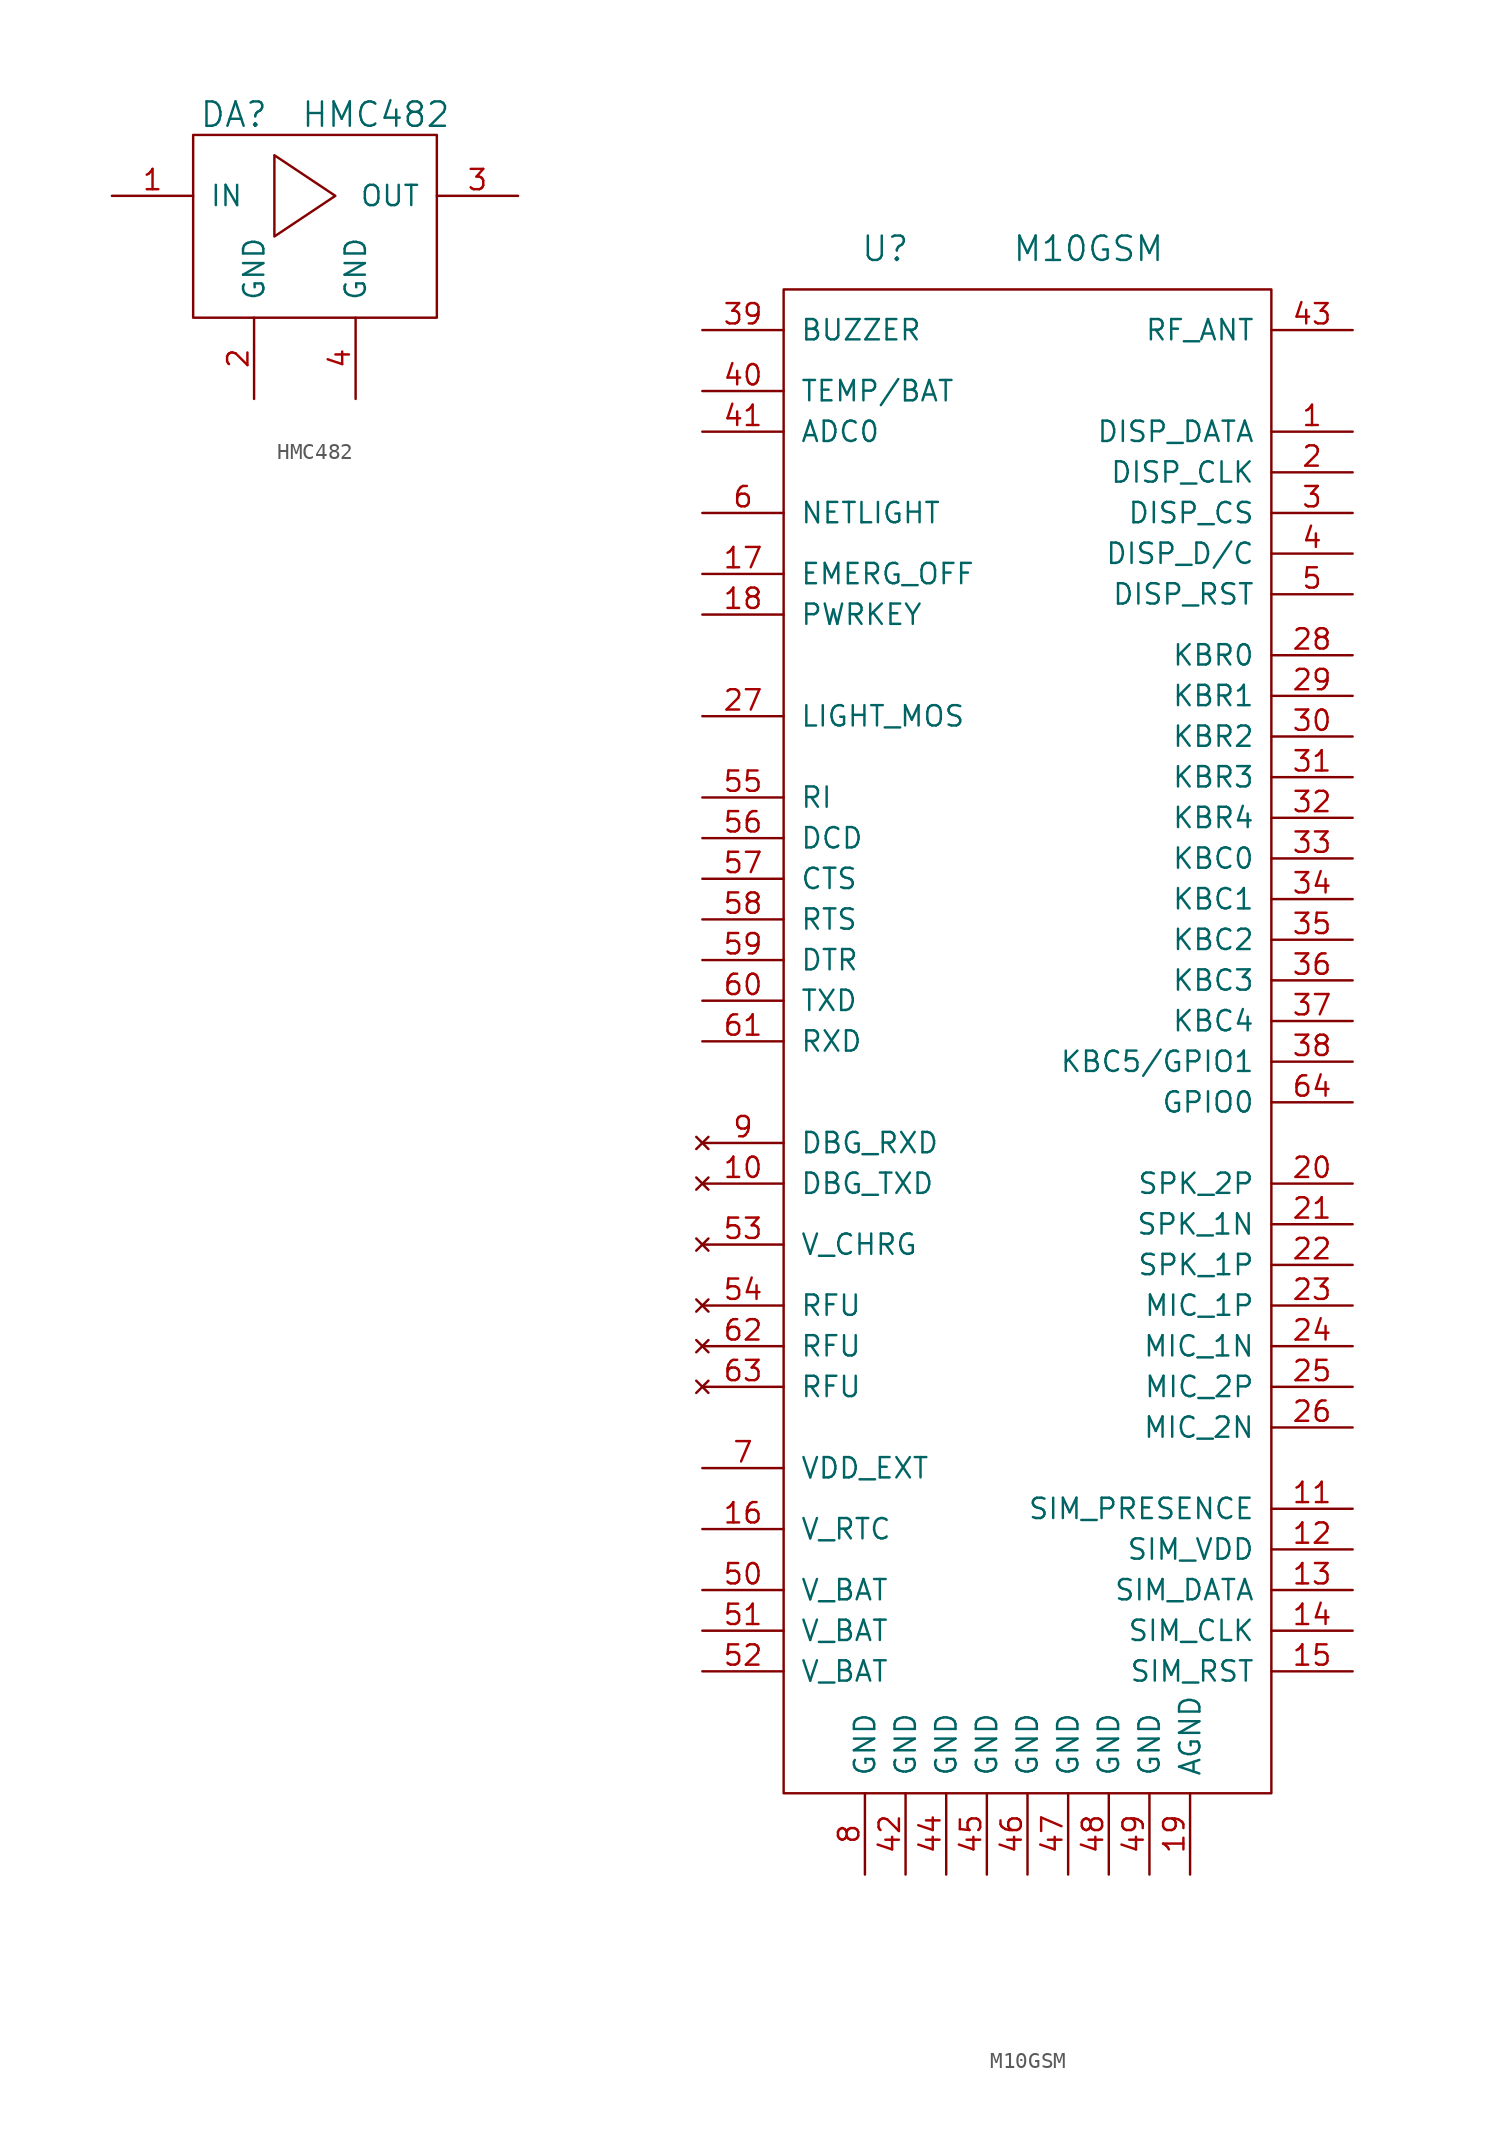
<source format=kicad_sym>
(kicad_symbol_lib
  (version 20211014)
  (generator kicad_symbol_editor)
  (symbol "HMC482"
    (pin_names
      (offset 1.016))
    (property "Reference" "DA"
      (at -2.54 5.08 0)
      (effects (font (size 1.524 1.524))))
    (property "Value" "HMC482"
      (at 6.35 5.08 0)
      (effects (font (size 1.524 1.524))))
    (property "Footprint" ""
      (at 0 0 0)
      (effects (font (size 1.524 1.524))))
    (property "Datasheet" ""
      (at 0 0 0)
      (effects (font (size 1.524 1.524))))
    (symbol "HMC482_0_1"
      (rectangle (start -5.08 -7.62) (end 10.16 3.81) (stroke (width 0) (type default) (color 0 0 0 0)) (fill (type none)))
      (polyline (pts (xy 0 2.54) (xy 0 -2.54) (xy 3.81 0) (xy 0 2.54) (xy 0 2.54)) (stroke (width 0) (type default) (color 0 0 0 0)) (fill (type none))))
    (symbol "HMC482_1_1"
      (pin input line (at -10.16 0 0) (length 5.08) (name "IN" (effects (font (size 1.27 1.27)))) (number "1" (effects (font (size 1.27 1.27)))))
      (pin power_in line (at -1.27 -12.7 90) (length 5.08) (name "GND" (effects (font (size 1.27 1.27)))) (number "2" (effects (font (size 1.27 1.27)))))
      (pin input line (at 15.24 0 180) (length 5.08) (name "OUT" (effects (font (size 1.27 1.27)))) (number "3" (effects (font (size 1.27 1.27)))))
      (pin power_in line (at 5.08 -12.7 90) (length 5.08) (name "GND" (effects (font (size 1.27 1.27)))) (number "4" (effects (font (size 1.27 1.27)))))))
  (symbol "M10GSM"
    (pin_names
      (offset 1.016))
    (property "Reference" "U"
      (at -8.89 48.26 0)
      (effects (font (size 1.524 1.524))))
    (property "Value" "M10GSM"
      (at 3.81 48.26 0)
      (effects (font (size 1.524 1.524))))
    (property "Footprint" ""
      (at 0 0 0)
      (effects (font (size 1.524 1.524))))
    (property "Datasheet" ""
      (at 0 0 0)
      (effects (font (size 1.524 1.524))))
    (symbol "M10GSM_0_1"
      (rectangle (start -15.24 45.72) (end 15.24 -48.26) (stroke (width 0) (type default) (color 0 0 0 0)) (fill (type none))))
    (symbol "M10GSM_1_1"
      (pin passive line (at 20.32 36.83 180) (length 5.08) (name "DISP_DATA" (effects (font (size 1.27 1.27)))) (number "1" (effects (font (size 1.27 1.27)))))
      (pin no_connect line (at -20.32 -10.16 0) (length 5.08) (name "DBG_TXD" (effects (font (size 1.27 1.27)))) (number "10" (effects (font (size 1.27 1.27)))))
      (pin passive line (at 20.32 -30.48 180) (length 5.08) (name "SIM_PRESENCE" (effects (font (size 1.27 1.27)))) (number "11" (effects (font (size 1.27 1.27)))))
      (pin power_out line (at 20.32 -33.02 180) (length 5.08) (name "SIM_VDD" (effects (font (size 1.27 1.27)))) (number "12" (effects (font (size 1.27 1.27)))))
      (pin passive line (at 20.32 -35.56 180) (length 5.08) (name "SIM_DATA" (effects (font (size 1.27 1.27)))) (number "13" (effects (font (size 1.27 1.27)))))
      (pin passive line (at 20.32 -38.1 180) (length 5.08) (name "SIM_CLK" (effects (font (size 1.27 1.27)))) (number "14" (effects (font (size 1.27 1.27)))))
      (pin passive line (at 20.32 -40.64 180) (length 5.08) (name "SIM_RST" (effects (font (size 1.27 1.27)))) (number "15" (effects (font (size 1.27 1.27)))))
      (pin passive line (at -20.32 -31.75 0) (length 5.08) (name "V_RTC" (effects (font (size 1.27 1.27)))) (number "16" (effects (font (size 1.27 1.27)))))
      (pin passive line (at -20.32 27.94 0) (length 5.08) (name "EMERG_OFF" (effects (font (size 1.27 1.27)))) (number "17" (effects (font (size 1.27 1.27)))))
      (pin passive line (at -20.32 25.4 0) (length 5.08) (name "PWRKEY" (effects (font (size 1.27 1.27)))) (number "18" (effects (font (size 1.27 1.27)))))
      (pin power_in line (at 10.16 -53.34 90) (length 5.08) (name "AGND" (effects (font (size 1.27 1.27)))) (number "19" (effects (font (size 1.27 1.27)))))
      (pin passive line (at 20.32 34.29 180) (length 5.08) (name "DISP_CLK" (effects (font (size 1.27 1.27)))) (number "2" (effects (font (size 1.27 1.27)))))
      (pin passive line (at 20.32 -10.16 180) (length 5.08) (name "SPK_2P" (effects (font (size 1.27 1.27)))) (number "20" (effects (font (size 1.27 1.27)))))
      (pin passive line (at 20.32 -12.7 180) (length 5.08) (name "SPK_1N" (effects (font (size 1.27 1.27)))) (number "21" (effects (font (size 1.27 1.27)))))
      (pin passive line (at 20.32 -15.24 180) (length 5.08) (name "SPK_1P" (effects (font (size 1.27 1.27)))) (number "22" (effects (font (size 1.27 1.27)))))
      (pin passive line (at 20.32 -17.78 180) (length 5.08) (name "MIC_1P" (effects (font (size 1.27 1.27)))) (number "23" (effects (font (size 1.27 1.27)))))
      (pin passive line (at 20.32 -20.32 180) (length 5.08) (name "MIC_1N" (effects (font (size 1.27 1.27)))) (number "24" (effects (font (size 1.27 1.27)))))
      (pin passive line (at 20.32 -22.86 180) (length 5.08) (name "MIC_2P" (effects (font (size 1.27 1.27)))) (number "25" (effects (font (size 1.27 1.27)))))
      (pin passive line (at 20.32 -25.4 180) (length 5.08) (name "MIC_2N" (effects (font (size 1.27 1.27)))) (number "26" (effects (font (size 1.27 1.27)))))
      (pin passive line (at -20.32 19.05 0) (length 5.08) (name "LIGHT_MOS" (effects (font (size 1.27 1.27)))) (number "27" (effects (font (size 1.27 1.27)))))
      (pin passive line (at 20.32 22.86 180) (length 5.08) (name "KBR0" (effects (font (size 1.27 1.27)))) (number "28" (effects (font (size 1.27 1.27)))))
      (pin passive line (at 20.32 20.32 180) (length 5.08) (name "KBR1" (effects (font (size 1.27 1.27)))) (number "29" (effects (font (size 1.27 1.27)))))
      (pin passive line (at 20.32 31.75 180) (length 5.08) (name "DISP_CS" (effects (font (size 1.27 1.27)))) (number "3" (effects (font (size 1.27 1.27)))))
      (pin passive line (at 20.32 17.78 180) (length 5.08) (name "KBR2" (effects (font (size 1.27 1.27)))) (number "30" (effects (font (size 1.27 1.27)))))
      (pin passive line (at 20.32 15.24 180) (length 5.08) (name "KBR3" (effects (font (size 1.27 1.27)))) (number "31" (effects (font (size 1.27 1.27)))))
      (pin passive line (at 20.32 12.7 180) (length 5.08) (name "KBR4" (effects (font (size 1.27 1.27)))) (number "32" (effects (font (size 1.27 1.27)))))
      (pin passive line (at 20.32 10.16 180) (length 5.08) (name "KBC0" (effects (font (size 1.27 1.27)))) (number "33" (effects (font (size 1.27 1.27)))))
      (pin passive line (at 20.32 7.62 180) (length 5.08) (name "KBC1" (effects (font (size 1.27 1.27)))) (number "34" (effects (font (size 1.27 1.27)))))
      (pin passive line (at 20.32 5.08 180) (length 5.08) (name "KBC2" (effects (font (size 1.27 1.27)))) (number "35" (effects (font (size 1.27 1.27)))))
      (pin passive line (at 20.32 2.54 180) (length 5.08) (name "KBC3" (effects (font (size 1.27 1.27)))) (number "36" (effects (font (size 1.27 1.27)))))
      (pin passive line (at 20.32 0 180) (length 5.08) (name "KBC4" (effects (font (size 1.27 1.27)))) (number "37" (effects (font (size 1.27 1.27)))))
      (pin passive line (at 20.32 -2.54 180) (length 5.08) (name "KBC5/GPIO1" (effects (font (size 1.27 1.27)))) (number "38" (effects (font (size 1.27 1.27)))))
      (pin passive line (at -20.32 43.18 0) (length 5.08) (name "BUZZER" (effects (font (size 1.27 1.27)))) (number "39" (effects (font (size 1.27 1.27)))))
      (pin passive line (at 20.32 29.21 180) (length 5.08) (name "DISP_D/C" (effects (font (size 1.27 1.27)))) (number "4" (effects (font (size 1.27 1.27)))))
      (pin passive line (at -20.32 39.37 0) (length 5.08) (name "TEMP/BAT" (effects (font (size 1.27 1.27)))) (number "40" (effects (font (size 1.27 1.27)))))
      (pin passive line (at -20.32 36.83 0) (length 5.08) (name "ADC0" (effects (font (size 1.27 1.27)))) (number "41" (effects (font (size 1.27 1.27)))))
      (pin power_in line (at -7.62 -53.34 90) (length 5.08) (name "GND" (effects (font (size 1.27 1.27)))) (number "42" (effects (font (size 1.27 1.27)))))
      (pin passive line (at 20.32 43.18 180) (length 5.08) (name "RF_ANT" (effects (font (size 1.27 1.27)))) (number "43" (effects (font (size 1.27 1.27)))))
      (pin power_in line (at -5.08 -53.34 90) (length 5.08) (name "GND" (effects (font (size 1.27 1.27)))) (number "44" (effects (font (size 1.27 1.27)))))
      (pin power_in line (at -2.54 -53.34 90) (length 5.08) (name "GND" (effects (font (size 1.27 1.27)))) (number "45" (effects (font (size 1.27 1.27)))))
      (pin power_in line (at 0 -53.34 90) (length 5.08) (name "GND" (effects (font (size 1.27 1.27)))) (number "46" (effects (font (size 1.27 1.27)))))
      (pin power_in line (at 2.54 -53.34 90) (length 5.08) (name "GND" (effects (font (size 1.27 1.27)))) (number "47" (effects (font (size 1.27 1.27)))))
      (pin power_in line (at 5.08 -53.34 90) (length 5.08) (name "GND" (effects (font (size 1.27 1.27)))) (number "48" (effects (font (size 1.27 1.27)))))
      (pin power_in line (at 7.62 -53.34 90) (length 5.08) (name "GND" (effects (font (size 1.27 1.27)))) (number "49" (effects (font (size 1.27 1.27)))))
      (pin passive line (at 20.32 26.67 180) (length 5.08) (name "DISP_RST" (effects (font (size 1.27 1.27)))) (number "5" (effects (font (size 1.27 1.27)))))
      (pin power_in line (at -20.32 -35.56 0) (length 5.08) (name "V_BAT" (effects (font (size 1.27 1.27)))) (number "50" (effects (font (size 1.27 1.27)))))
      (pin power_in line (at -20.32 -38.1 0) (length 5.08) (name "V_BAT" (effects (font (size 1.27 1.27)))) (number "51" (effects (font (size 1.27 1.27)))))
      (pin power_in line (at -20.32 -40.64 0) (length 5.08) (name "V_BAT" (effects (font (size 1.27 1.27)))) (number "52" (effects (font (size 1.27 1.27)))))
      (pin no_connect line (at -20.32 -13.97 0) (length 5.08) (name "V_CHRG" (effects (font (size 1.27 1.27)))) (number "53" (effects (font (size 1.27 1.27)))))
      (pin no_connect line (at -20.32 -17.78 0) (length 5.08) (name "RFU" (effects (font (size 1.27 1.27)))) (number "54" (effects (font (size 1.27 1.27)))))
      (pin passive line (at -20.32 13.97 0) (length 5.08) (name "RI" (effects (font (size 1.27 1.27)))) (number "55" (effects (font (size 1.27 1.27)))))
      (pin passive line (at -20.32 11.43 0) (length 5.08) (name "DCD" (effects (font (size 1.27 1.27)))) (number "56" (effects (font (size 1.27 1.27)))))
      (pin passive line (at -20.32 8.89 0) (length 5.08) (name "CTS" (effects (font (size 1.27 1.27)))) (number "57" (effects (font (size 1.27 1.27)))))
      (pin passive line (at -20.32 6.35 0) (length 5.08) (name "RTS" (effects (font (size 1.27 1.27)))) (number "58" (effects (font (size 1.27 1.27)))))
      (pin passive line (at -20.32 3.81 0) (length 5.08) (name "DTR" (effects (font (size 1.27 1.27)))) (number "59" (effects (font (size 1.27 1.27)))))
      (pin passive line (at -20.32 31.75 0) (length 5.08) (name "NETLIGHT" (effects (font (size 1.27 1.27)))) (number "6" (effects (font (size 1.27 1.27)))))
      (pin passive line (at -20.32 1.27 0) (length 5.08) (name "TXD" (effects (font (size 1.27 1.27)))) (number "60" (effects (font (size 1.27 1.27)))))
      (pin passive line (at -20.32 -1.27 0) (length 5.08) (name "RXD" (effects (font (size 1.27 1.27)))) (number "61" (effects (font (size 1.27 1.27)))))
      (pin no_connect line (at -20.32 -20.32 0) (length 5.08) (name "RFU" (effects (font (size 1.27 1.27)))) (number "62" (effects (font (size 1.27 1.27)))))
      (pin no_connect line (at -20.32 -22.86 0) (length 5.08) (name "RFU" (effects (font (size 1.27 1.27)))) (number "63" (effects (font (size 1.27 1.27)))))
      (pin passive line (at 20.32 -5.08 180) (length 5.08) (name "GPIO0" (effects (font (size 1.27 1.27)))) (number "64" (effects (font (size 1.27 1.27)))))
      (pin power_out line (at -20.32 -27.94 0) (length 5.08) (name "VDD_EXT" (effects (font (size 1.27 1.27)))) (number "7" (effects (font (size 1.27 1.27)))))
      (pin power_in line (at -10.16 -53.34 90) (length 5.08) (name "GND" (effects (font (size 1.27 1.27)))) (number "8" (effects (font (size 1.27 1.27)))))
      (pin no_connect line (at -20.32 -7.62 0) (length 5.08) (name "DBG_RXD" (effects (font (size 1.27 1.27)))) (number "9" (effects (font (size 1.27 1.27))))))))
</source>
